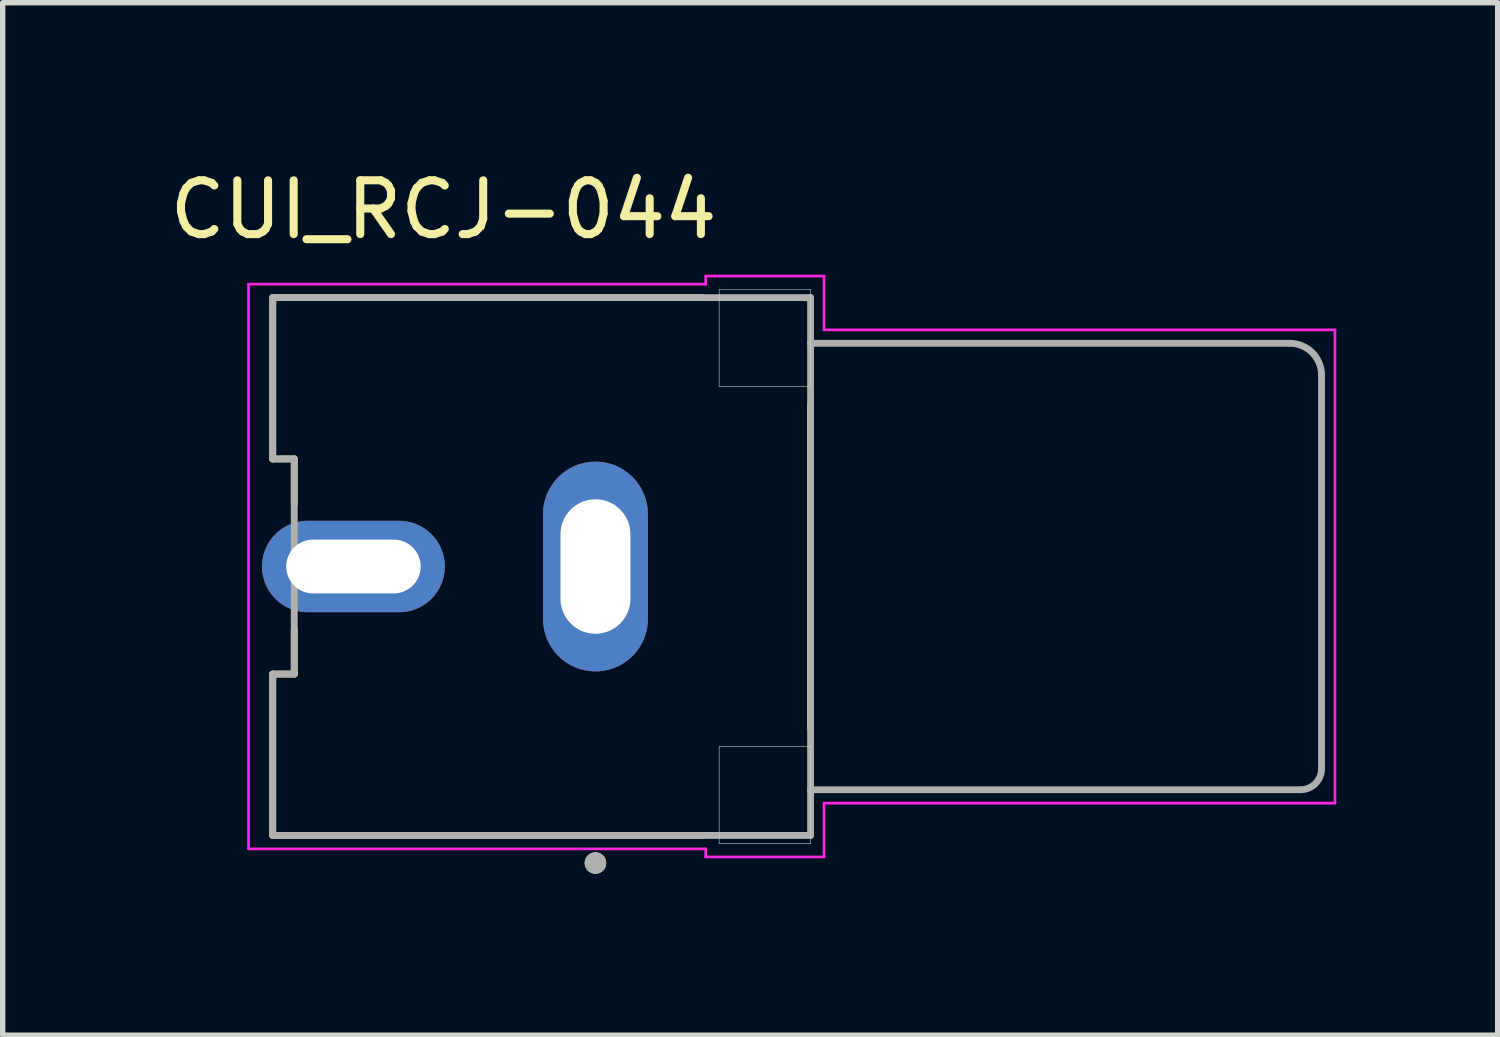
<source format=kicad_pcb>
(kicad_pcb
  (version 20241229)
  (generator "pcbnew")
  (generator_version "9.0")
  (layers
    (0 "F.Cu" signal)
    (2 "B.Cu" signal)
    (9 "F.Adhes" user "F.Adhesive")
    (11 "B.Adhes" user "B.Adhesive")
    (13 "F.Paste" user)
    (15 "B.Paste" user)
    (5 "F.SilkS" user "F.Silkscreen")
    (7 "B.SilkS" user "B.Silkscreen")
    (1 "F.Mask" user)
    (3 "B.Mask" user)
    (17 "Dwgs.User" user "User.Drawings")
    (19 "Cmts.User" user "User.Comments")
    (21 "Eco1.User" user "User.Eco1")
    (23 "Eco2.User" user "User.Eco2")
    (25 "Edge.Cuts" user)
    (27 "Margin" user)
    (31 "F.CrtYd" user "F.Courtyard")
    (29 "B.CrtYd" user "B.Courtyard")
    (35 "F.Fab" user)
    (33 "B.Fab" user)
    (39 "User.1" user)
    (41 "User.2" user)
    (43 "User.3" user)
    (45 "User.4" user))
  (footprint "CUI_RCJ-044"
    (layer "F.Cu")
    (at 8.021 7.483)
    (property "Reference" "CUI_RCJ-044" (at -2.825 -6.635 0) (layer "F.SilkS") (effects (font (size 1 1) (thickness 0.15))))
    (attr through_hole)
    (fp_line (start -6 -5) (end 1.98 -5) (stroke (width 0.127) (type solid)) (layer "F.SilkS"))
    (fp_line (start -6 -2) (end -6 -5) (stroke (width 0.127) (type solid)) (layer "F.SilkS"))
    (fp_line (start -6 2) (end -5.6 2) (stroke (width 0.127) (type solid)) (layer "F.SilkS"))
    (fp_line (start -6 5) (end -6 2) (stroke (width 0.127) (type solid)) (layer "F.SilkS"))
    (fp_line (start -6 5) (end 1.98 5) (stroke (width 0.127) (type solid)) (layer "F.SilkS"))
    (fp_line (start -5.6 -2) (end -6 -2) (stroke (width 0.127) (type solid)) (layer "F.SilkS"))
    (fp_line (start -5.6 -1.17) (end -5.6 -2) (stroke (width 0.127) (type solid)) (layer "F.SilkS"))
    (fp_line (start -5.6 2) (end -5.6 1.17) (stroke (width 0.127) (type solid)) (layer "F.SilkS"))
    (fp_line (start 4 3) (end 4 -3) (stroke (width 0.127) (type solid)) (layer "F.SilkS"))
    (fp_circle (center 0 5.513) (end 0.1 5.513) (stroke (width 0.2) (type solid)) (fill no) (layer "F.SilkS"))
    (fp_line (start 2.3 -5.15) (end 2.3 -3.35) (stroke (width 0.01) (type solid)) (layer "Edge.Cuts"))
    (fp_line (start 2.3 -3.35) (end 4 -3.35) (stroke (width 0.01) (type solid)) (layer "Edge.Cuts"))
    (fp_line (start 2.3 3.35) (end 2.3 5.15) (stroke (width 0.01) (type solid)) (layer "Edge.Cuts"))
    (fp_line (start 2.3 5.15) (end 4 5.15) (stroke (width 0.01) (type solid)) (layer "Edge.Cuts"))
    (fp_line (start 4 -5.15) (end 2.3 -5.15) (stroke (width 0.01) (type solid)) (layer "Edge.Cuts"))
    (fp_line (start 4 -3.35) (end 4 -5.15) (stroke (width 0.01) (type solid)) (layer "Edge.Cuts"))
    (fp_line (start 4 3.35) (end 2.3 3.35) (stroke (width 0.01) (type solid)) (layer "Edge.Cuts"))
    (fp_line (start 4 5.15) (end 4 3.35) (stroke (width 0.01) (type solid)) (layer "Edge.Cuts"))
    (fp_line (start -6.45 -5.25) (end -6.45 5.25) (stroke (width 0.05) (type solid)) (layer "F.CrtYd"))
    (fp_line (start -6.45 5.25) (end 2.05 5.25) (stroke (width 0.05) (type solid)) (layer "F.CrtYd"))
    (fp_line (start 2.05 -5.4) (end 2.05 -5.25) (stroke (width 0.05) (type solid)) (layer "F.CrtYd"))
    (fp_line (start 2.05 -5.25) (end -6.45 -5.25) (stroke (width 0.05) (type solid)) (layer "F.CrtYd"))
    (fp_line (start 2.05 5.25) (end 2.05 5.4) (stroke (width 0.05) (type solid)) (layer "F.CrtYd"))
    (fp_line (start 2.05 5.4) (end 4.25 5.4) (stroke (width 0.05) (type solid)) (layer "F.CrtYd"))
    (fp_line (start 4.25 -5.4) (end 2.05 -5.4) (stroke (width 0.05) (type solid)) (layer "F.CrtYd"))
    (fp_line (start 4.25 -4.4) (end 4.25 -5.4) (stroke (width 0.05) (type solid)) (layer "F.CrtYd"))
    (fp_line (start 4.25 4.4) (end 13.75 4.4) (stroke (width 0.05) (type solid)) (layer "F.CrtYd"))
    (fp_line (start 4.25 5.4) (end 4.25 4.4) (stroke (width 0.05) (type solid)) (layer "F.CrtYd"))
    (fp_line (start 13.75 -4.4) (end 4.25 -4.4) (stroke (width 0.05) (type solid)) (layer "F.CrtYd"))
    (fp_line (start 13.75 4.4) (end 13.75 -4.4) (stroke (width 0.05) (type solid)) (layer "F.CrtYd"))
    (fp_line (start -6 -5) (end 4 -5) (stroke (width 0.127) (type solid)) (layer "F.Fab"))
    (fp_line (start -6 -2) (end -6 -5) (stroke (width 0.127) (type solid)) (layer "F.Fab"))
    (fp_line (start -6 2) (end -5.6 2) (stroke (width 0.127) (type solid)) (layer "F.Fab"))
    (fp_line (start -6 5) (end -6 2) (stroke (width 0.127) (type solid)) (layer "F.Fab"))
    (fp_line (start -5.6 -2) (end -6 -2) (stroke (width 0.127) (type solid)) (layer "F.Fab"))
    (fp_line (start -5.6 2) (end -5.6 -2) (stroke (width 0.127) (type solid)) (layer "F.Fab"))
    (fp_line (start 4 -5) (end 4 -4.15) (stroke (width 0.127) (type solid)) (layer "F.Fab"))
    (fp_line (start 4 -4.15) (end 4 4.15) (stroke (width 0.127) (type solid)) (layer "F.Fab"))
    (fp_line (start 4 -4.15) (end 12.91 -4.15) (stroke (width 0.127) (type solid)) (layer "F.Fab"))
    (fp_line (start 4 4.15) (end 4 5) (stroke (width 0.127) (type solid)) (layer "F.Fab"))
    (fp_line (start 4 5) (end -6 5) (stroke (width 0.127) (type solid)) (layer "F.Fab"))
    (fp_line (start 13.11 4.15) (end 4 4.15) (stroke (width 0.127) (type solid)) (layer "F.Fab"))
    (fp_line (start 13.5 -3.56) (end 13.5 3.76) (stroke (width 0.127) (type solid)) (layer "F.Fab"))
    (fp_arc (start 12.91 -4.15) (mid 13.327193 -3.977193) (end 13.5 -3.56) (stroke (width 0.127) (type solid)) (layer "F.Fab"))
    (fp_arc (start 13.5 3.76) (mid 13.385772 4.035772) (end 13.11 4.15) (stroke (width 0.127) (type solid)) (layer "F.Fab"))
    (fp_circle (center 0 5.513) (end 0.1 5.513) (stroke (width 0.2) (type solid)) (fill no) (layer "F.Fab"))
    (pad "1" thru_hole oval (at -4.5 0) (size 3.4 1.7) (drill oval 2.5 1) (layers "*.Cu" "*.Mask"))
    (pad "2" thru_hole oval (at 0 0) (size 1.95 3.9) (drill oval 1.3 2.5) (layers "*.Cu" "*.Mask")))
  (gr_rect
    (start -3 -3)
    (end 24.796 16.196)
    (stroke (width 0.1) (type default))
    (fill no)
    (layer "Edge.Cuts")))
</source>
